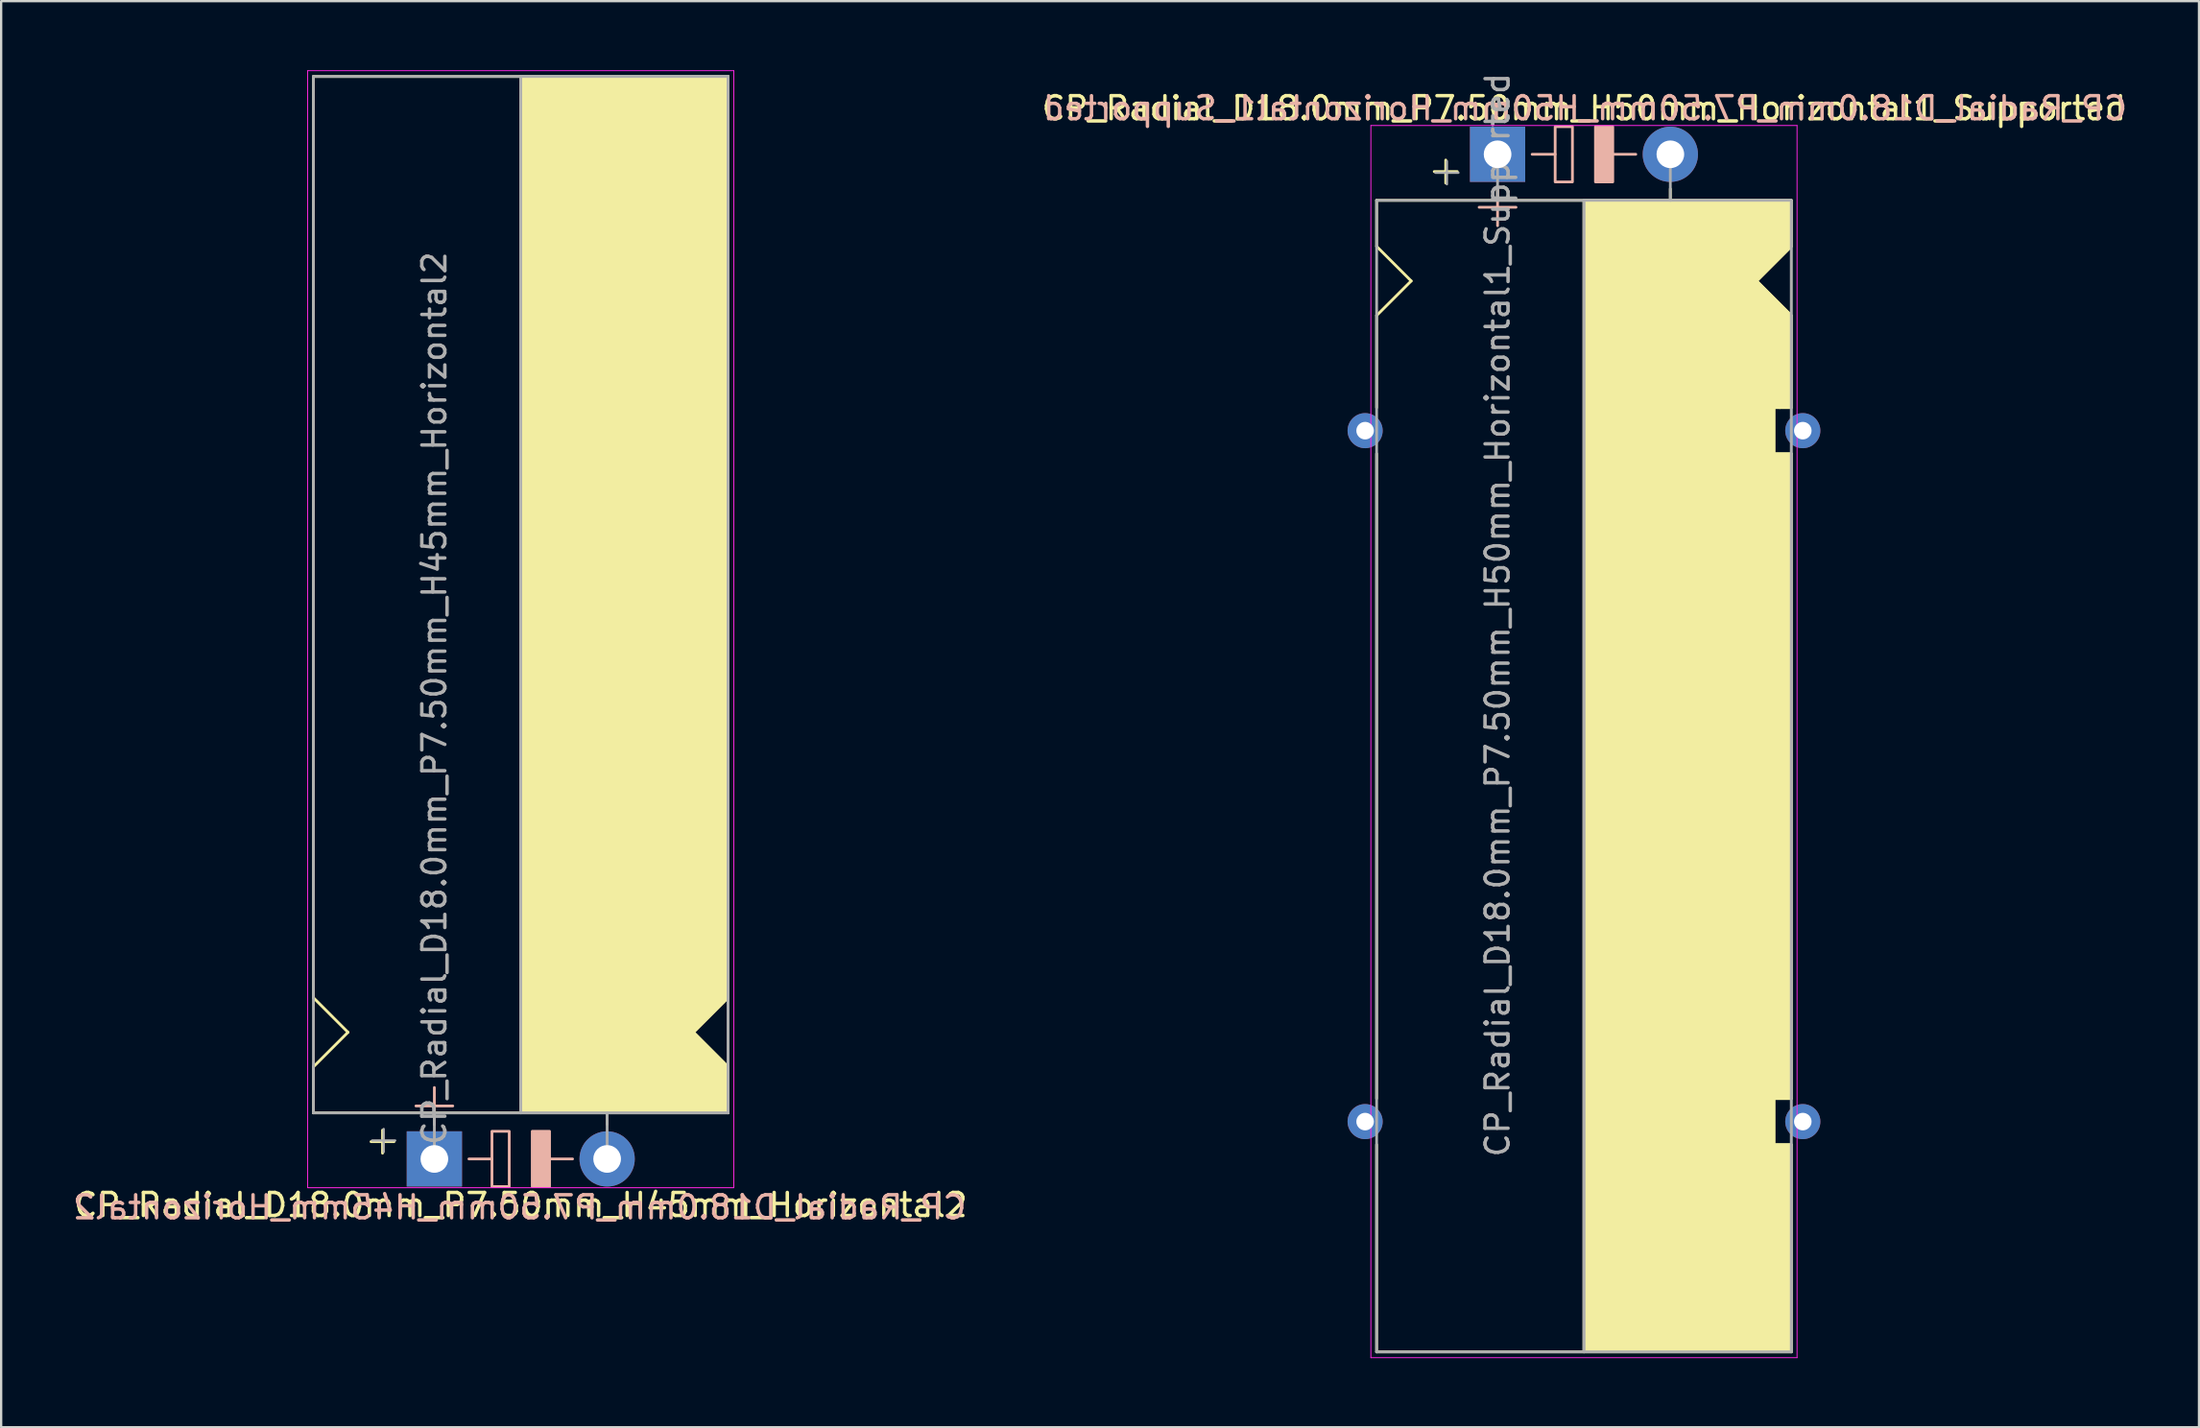
<source format=kicad_pcb>
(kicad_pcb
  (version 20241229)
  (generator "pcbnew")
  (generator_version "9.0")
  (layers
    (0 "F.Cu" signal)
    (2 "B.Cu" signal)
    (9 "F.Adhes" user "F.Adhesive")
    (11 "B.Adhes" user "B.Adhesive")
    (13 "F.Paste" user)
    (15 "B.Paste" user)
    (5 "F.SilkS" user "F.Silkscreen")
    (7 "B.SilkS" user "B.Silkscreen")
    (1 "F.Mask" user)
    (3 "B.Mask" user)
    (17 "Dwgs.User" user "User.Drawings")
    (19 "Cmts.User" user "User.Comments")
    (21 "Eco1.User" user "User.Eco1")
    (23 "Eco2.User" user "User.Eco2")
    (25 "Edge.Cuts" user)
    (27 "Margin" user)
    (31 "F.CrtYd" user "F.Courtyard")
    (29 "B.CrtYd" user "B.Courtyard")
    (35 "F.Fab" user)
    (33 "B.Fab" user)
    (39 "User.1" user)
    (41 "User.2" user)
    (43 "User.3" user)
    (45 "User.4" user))
  (footprint "CP_Radial_D18.0mm_P7.50mm_H45mm_Horizontal2"
    (layer "F.Cu")
    (at 15.806 47.27)
    (property "Reference" "CP_Radial_D18.0mm_P7.50mm_H45mm_Horizontal2" (at 3.75 2 0) (layer "F.SilkS") (effects (font (size 1 1) (thickness 0.15))))
    (fp_line (start -5.25 -47) (end 12.75 -47) (stroke (width 0.12) (type solid)) (layer "F.SilkS"))
    (fp_line (start -5.25 -7) (end -5.25 -47) (stroke (width 0.12) (type solid)) (layer "F.SilkS"))
    (fp_line (start -5.25 -7) (end -3.75 -5.5) (stroke (width 0.12) (type solid)) (layer "F.SilkS"))
    (fp_line (start -5.25 -4) (end -3.75 -5.5) (stroke (width 0.12) (type solid)) (layer "F.SilkS"))
    (fp_line (start -5.25 -2) (end -5.25 -4) (stroke (width 0.12) (type solid)) (layer "F.SilkS"))
    (fp_line (start -5.25 -2) (end 12.75 -2) (stroke (width 0.12) (type solid)) (layer "F.SilkS"))
    (fp_line (start -2.25 -1.25) (end -2.25 -0.25) (stroke (width 0.12) (type solid)) (layer "F.SilkS"))
    (fp_line (start -1.75 -0.75) (end -2.75 -0.75) (stroke (width 0.12) (type solid)) (layer "F.SilkS"))
    (fp_line (start 0 -1.5) (end 0 -2) (stroke (width 0.12) (type solid)) (layer "F.SilkS"))
    (fp_line (start 3.75 -2) (end 3.75 -47) (stroke (width 0.12) (type solid)) (layer "F.SilkS"))
    (fp_line (start 7.5 -1.5) (end 7.5 -2) (stroke (width 0.12) (type solid)) (layer "F.SilkS"))
    (fp_line (start 12.75 -47) (end 12.75 -7) (stroke (width 0.12) (type solid)) (layer "F.SilkS"))
    (fp_line (start 12.75 -7) (end 11.25 -5.5) (stroke (width 0.12) (type solid)) (layer "F.SilkS"))
    (fp_line (start 12.75 -4) (end 11.25 -5.5) (stroke (width 0.12) (type solid)) (layer "F.SilkS"))
    (fp_line (start 12.75 -2) (end 12.75 -4) (stroke (width 0.12) (type solid)) (layer "F.SilkS"))
    (fp_poly (pts (xy 12.75 -4) (xy 11.25 -5.5) (xy 12.75 -7) (xy 12.75 -47) (xy 3.75 -47) (xy 3.75 -2) (xy 12.75 -2)) (stroke (width 0.1) (type solid)) (fill yes) (layer "F.SilkS"))
    (fp_line (start 0 -3.1) (end 0 -1.5) (stroke (width 0.12) (type solid)) (layer "B.SilkS"))
    (fp_line (start 0.8 -2.3) (end -0.8 -2.3) (stroke (width 0.12) (type solid)) (layer "B.SilkS"))
    (fp_line (start 2.5 0) (end 1.5 0) (stroke (width 0.12) (type solid)) (layer "B.SilkS"))
    (fp_line (start 6 0) (end 5 0) (stroke (width 0.12) (type solid)) (layer "B.SilkS"))
    (fp_rect (start 2.5 -1.2) (end 3.25 1.2) (stroke (width 0.12) (type solid)) (fill no) (layer "B.SilkS"))
    (fp_rect (start 4.25 -1.2) (end 5 1.2) (stroke (width 0.12) (type solid)) (fill yes) (layer "B.SilkS"))
    (fp_line (start -5.5 -47.25) (end 13 -47.25) (stroke (width 0.04) (type solid)) (layer "F.CrtYd"))
    (fp_line (start -5.5 1.25) (end -5.5 -47.25) (stroke (width 0.04) (type solid)) (layer "F.CrtYd"))
    (fp_line (start 13 -47.25) (end 13 1.25) (stroke (width 0.04) (type solid)) (layer "F.CrtYd"))
    (fp_line (start 13 1.25) (end -5.5 1.25) (stroke (width 0.04) (type solid)) (layer "F.CrtYd"))
    (fp_line (start -5.25 -47) (end 12.75 -47) (stroke (width 0.12) (type solid)) (layer "F.Fab"))
    (fp_line (start -5.25 -2) (end -5.25 -47) (stroke (width 0.12) (type solid)) (layer "F.Fab"))
    (fp_line (start -2.7 -0.8) (end -1.7 -0.8) (stroke (width 0.1) (type solid)) (layer "F.Fab"))
    (fp_line (start -2.2 -0.3) (end -2.2 -1.3) (stroke (width 0.1) (type solid)) (layer "F.Fab"))
    (fp_line (start 0 0) (end 0 -2) (stroke (width 0.12) (type solid)) (layer "F.Fab"))
    (fp_line (start 3.75 -2) (end 3.75 -47) (stroke (width 0.12) (type solid)) (layer "F.Fab"))
    (fp_line (start 7.5 0) (end 7.5 -2) (stroke (width 0.12) (type solid)) (layer "F.Fab"))
    (fp_line (start 12.75 -47) (end 12.75 -2) (stroke (width 0.12) (type solid)) (layer "F.Fab"))
    (fp_line (start 12.75 -2) (end -5.25 -2) (stroke (width 0.12) (type solid)) (layer "F.Fab"))
    (fp_poly (pts (xy 12.75 -47) (xy 3.75 -47) (xy 3.75 -2) (xy 12.75 -2)) (stroke (width 0.1) (type solid)) (fill no) (layer "F.Fab"))
    (fp_text user "${REFERENCE}" (at 3.7 2.1 0) (layer "B.SilkS") (effects (font (size 1 1) (thickness 0.15)) (justify mirror)))
    (fp_text user "${REFERENCE}" (at 0 -20 90) (layer "F.Fab") (effects (font (size 1 1) (thickness 0.15))))
    (pad "1" thru_hole rect (at 0 0) (size 2.4 2.4) (drill 1.2) (layers "*.Cu" "*.Mask"))
    (pad "2" thru_hole circle (at 7.5 0) (size 2.4 2.4) (drill 1.2) (layers "*.Cu" "*.Mask")))
  (footprint "CP_Radial_D18.0mm_P7.50mm_H50mm_Horizontal1_Supported"
    (layer "F.Cu")
    (at 61.961 3.649)
    (property "Reference" "CP_Radial_D18.0mm_P7.50mm_H50mm_Horizontal1_Supported" (at 3.75 -2 0) (layer "F.SilkS") (effects (font (size 1 1) (thickness 0.15))))
    (fp_line (start -5.25 2) (end -5.25 4) (stroke (width 0.12) (type solid)) (layer "F.SilkS"))
    (fp_line (start -5.25 2) (end 12.75 2) (stroke (width 0.12) (type solid)) (layer "F.SilkS"))
    (fp_line (start -5.25 4) (end -3.75 5.5) (stroke (width 0.12) (type solid)) (layer "F.SilkS"))
    (fp_line (start -5.25 7) (end -3.75 5.5) (stroke (width 0.12) (type solid)) (layer "F.SilkS"))
    (fp_line (start -5.25 11) (end -5.25 7) (stroke (width 0.12) (type solid)) (layer "F.SilkS"))
    (fp_line (start -5.25 13) (end -5.25 41) (stroke (width 0.12) (type solid)) (layer "F.SilkS"))
    (fp_line (start -5.25 43) (end -5.25 52) (stroke (width 0.12) (type solid)) (layer "F.SilkS"))
    (fp_line (start -5.25 52) (end 12.75 52) (stroke (width 0.12) (type solid)) (layer "F.SilkS"))
    (fp_line (start -2.25 0.25) (end -2.25 1.25) (stroke (width 0.12) (type solid)) (layer "F.SilkS"))
    (fp_line (start -1.75 0.75) (end -2.75 0.75) (stroke (width 0.12) (type solid)) (layer "F.SilkS"))
    (fp_line (start 0 1.5) (end 0 2) (stroke (width 0.12) (type solid)) (layer "F.SilkS"))
    (fp_line (start 3.75 2) (end 3.75 52) (stroke (width 0.12) (type solid)) (layer "F.SilkS"))
    (fp_line (start 7.5 1.5) (end 7.5 2) (stroke (width 0.12) (type solid)) (layer "F.SilkS"))
    (fp_line (start 12 11) (end 12 13) (stroke (width 0.12) (type solid)) (layer "F.SilkS"))
    (fp_line (start 12 13) (end 12.75 13) (stroke (width 0.12) (type solid)) (layer "F.SilkS"))
    (fp_line (start 12 41) (end 12 43) (stroke (width 0.12) (type solid)) (layer "F.SilkS"))
    (fp_line (start 12 43) (end 12.75 43) (stroke (width 0.12) (type solid)) (layer "F.SilkS"))
    (fp_line (start 12.25 11) (end 12 11) (stroke (width 0.12) (type solid)) (layer "F.SilkS"))
    (fp_line (start 12.75 2) (end 12.75 4) (stroke (width 0.12) (type solid)) (layer "F.SilkS"))
    (fp_line (start 12.75 4) (end 11.25 5.5) (stroke (width 0.12) (type solid)) (layer "F.SilkS"))
    (fp_line (start 12.75 7) (end 11.25 5.5) (stroke (width 0.12) (type solid)) (layer "F.SilkS"))
    (fp_line (start 12.75 11) (end 12.25 11) (stroke (width 0.12) (type solid)) (layer "F.SilkS"))
    (fp_line (start 12.75 11) (end 12.75 7) (stroke (width 0.12) (type solid)) (layer "F.SilkS"))
    (fp_line (start 12.75 13) (end 12.75 41) (stroke (width 0.12) (type solid)) (layer "F.SilkS"))
    (fp_line (start 12.75 41) (end 12 41) (stroke (width 0.12) (type solid)) (layer "F.SilkS"))
    (fp_line (start 12.75 43) (end 12.75 52) (stroke (width 0.12) (type solid)) (layer "F.SilkS"))
    (fp_poly (pts (xy 12.75 4) (xy 11.25 5.5) (xy 12.75 7) (xy 12.75 11) (xy 12 11) (xy 12 13) (xy 12.75 13) (xy 12.75 41) (xy 12 41) (xy 12 43) (xy 12.75 43) (xy 12.75 52) (xy 3.75 52) (xy 3.75 2) (xy 12.75 2)) (stroke (width 0.1) (type solid)) (fill yes) (layer "F.SilkS"))
    (fp_line (start 0 1.5) (end 0 3.1) (stroke (width 0.12) (type solid)) (layer "B.SilkS"))
    (fp_line (start 0.8 2.3) (end -0.8 2.3) (stroke (width 0.12) (type solid)) (layer "B.SilkS"))
    (fp_line (start 2.5 0) (end 1.5 0) (stroke (width 0.12) (type solid)) (layer "B.SilkS"))
    (fp_line (start 6 0) (end 5 0) (stroke (width 0.12) (type solid)) (layer "B.SilkS"))
    (fp_rect (start 2.5 -1.2) (end 3.25 1.2) (stroke (width 0.12) (type solid)) (fill no) (layer "B.SilkS"))
    (fp_rect (start 4.25 -1.2) (end 5 1.2) (stroke (width 0.12) (type solid)) (fill yes) (layer "B.SilkS"))
    (fp_line (start -5.5 -1.25) (end -5.5 52.25) (stroke (width 0.04) (type solid)) (layer "F.CrtYd"))
    (fp_line (start -5.5 52.25) (end 13 52.25) (stroke (width 0.04) (type solid)) (layer "F.CrtYd"))
    (fp_line (start 13 -1.25) (end -5.5 -1.25) (stroke (width 0.04) (type solid)) (layer "F.CrtYd"))
    (fp_line (start 13 52.25) (end 13 -1.25) (stroke (width 0.04) (type solid)) (layer "F.CrtYd"))
    (fp_line (start -5.25 2) (end -5.25 52) (stroke (width 0.12) (type solid)) (layer "F.Fab"))
    (fp_line (start -5.25 52) (end 12.75 52) (stroke (width 0.12) (type solid)) (layer "F.Fab"))
    (fp_line (start -2.7 0.8) (end -1.7 0.8) (stroke (width 0.1) (type solid)) (layer "F.Fab"))
    (fp_line (start -2.2 1.3) (end -2.2 0.3) (stroke (width 0.1) (type solid)) (layer "F.Fab"))
    (fp_line (start 0 0) (end 0 2) (stroke (width 0.12) (type solid)) (layer "F.Fab"))
    (fp_line (start 3.75 2) (end 3.75 52) (stroke (width 0.12) (type solid)) (layer "F.Fab"))
    (fp_line (start 7.5 0) (end 7.5 2) (stroke (width 0.12) (type solid)) (layer "F.Fab"))
    (fp_line (start 12.75 2) (end -5.25 2) (stroke (width 0.12) (type solid)) (layer "F.Fab"))
    (fp_line (start 12.75 52) (end 12.75 2) (stroke (width 0.12) (type solid)) (layer "F.Fab"))
    (fp_poly (pts (xy 12.75 52) (xy 3.75 52) (xy 3.75 2) (xy 12.75 2)) (stroke (width 0.1) (type solid)) (fill no) (layer "F.Fab"))
    (fp_text user "${REFERENCE}" (at 3.8 -2 0) (layer "B.SilkS") (effects (font (size 1 1) (thickness 0.15)) (justify mirror)))
    (fp_text user "${REFERENCE}" (at 0 20 90) (layer "F.Fab") (effects (font (size 1 1) (thickness 0.15))))
    (pad "1" thru_hole rect (at 0 0) (size 2.4 2.4) (drill 1.2) (layers "*.Cu" "*.Mask"))
    (pad "2" thru_hole circle (at 7.5 0) (size 2.4 2.4) (drill 1.2) (layers "*.Cu" "*.Mask"))
    (pad "~" thru_hole circle (at -5.75 12) (size 1.524 1.524) (drill 0.762) (layers "*.Cu" "*.Mask"))
    (pad "~" thru_hole circle (at -5.75 42) (size 1.524 1.524) (drill 0.762) (layers "*.Cu" "*.Mask"))
    (pad "~" thru_hole circle (at 13.25 12) (size 1.524 1.524) (drill 0.762) (layers "*.Cu" "*.Mask"))
    (pad "~" thru_hole circle (at 13.25 42) (size 1.524 1.524) (drill 0.762) (layers "*.Cu" "*.Mask")))
  (gr_rect
    (start -3 -3)
    (end 92.41 58.919)
    (stroke (width 0.1) (type default))
    (fill no)
    (layer "Edge.Cuts")))
</source>
